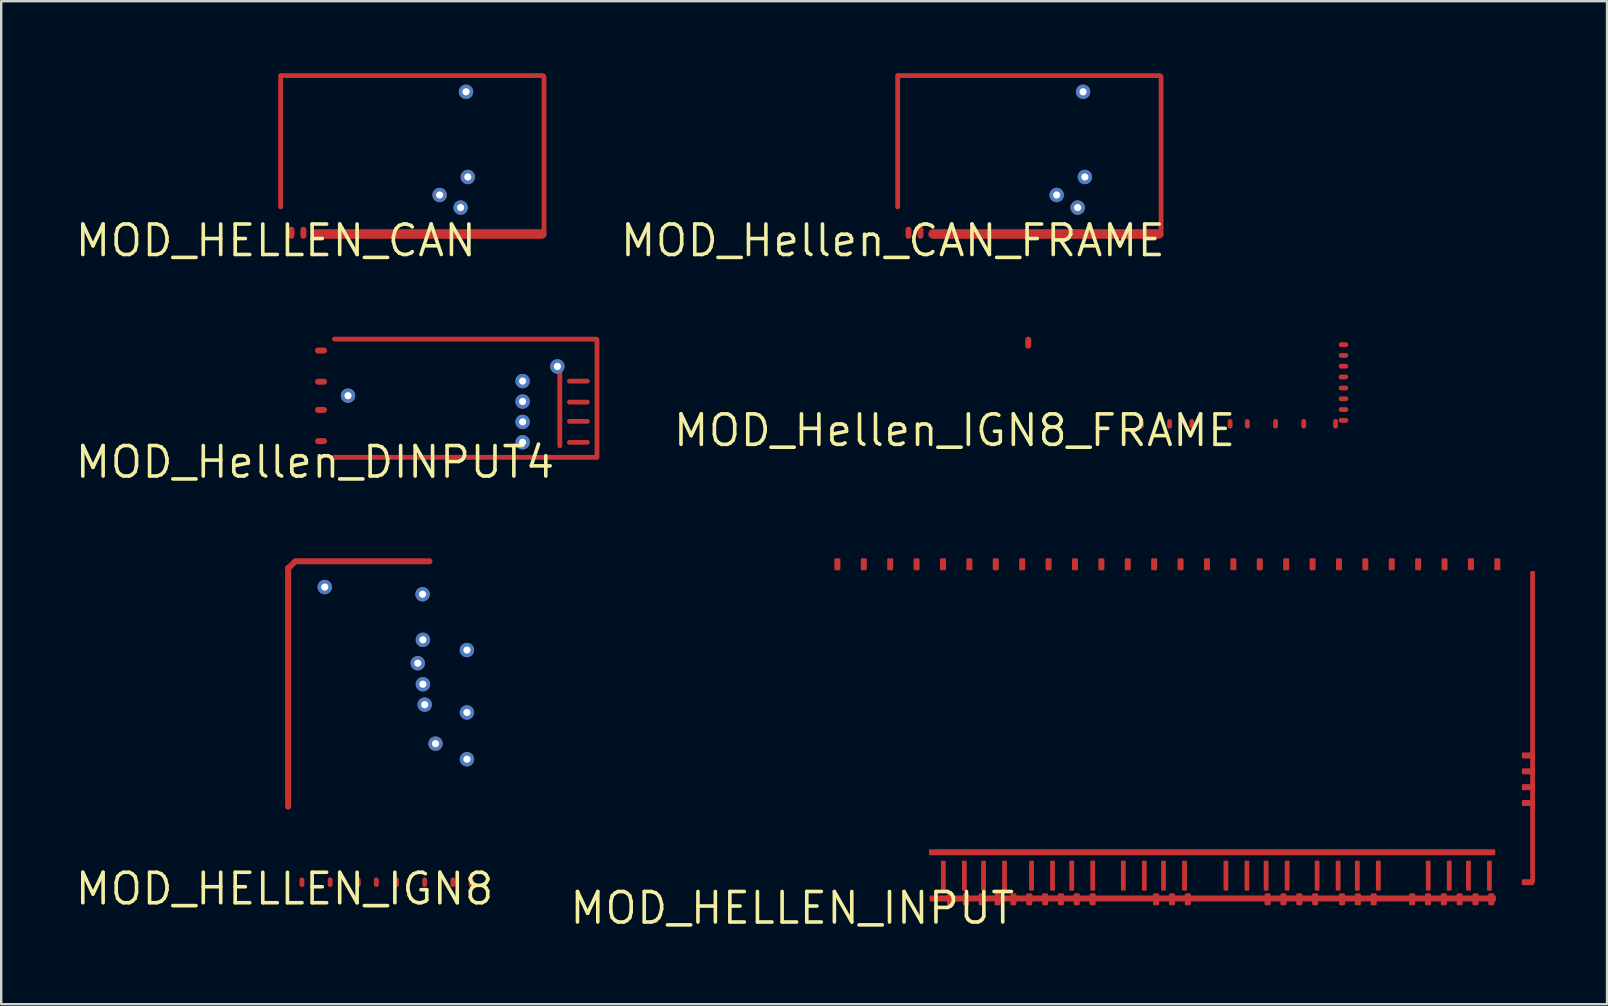
<source format=kicad_pcb>
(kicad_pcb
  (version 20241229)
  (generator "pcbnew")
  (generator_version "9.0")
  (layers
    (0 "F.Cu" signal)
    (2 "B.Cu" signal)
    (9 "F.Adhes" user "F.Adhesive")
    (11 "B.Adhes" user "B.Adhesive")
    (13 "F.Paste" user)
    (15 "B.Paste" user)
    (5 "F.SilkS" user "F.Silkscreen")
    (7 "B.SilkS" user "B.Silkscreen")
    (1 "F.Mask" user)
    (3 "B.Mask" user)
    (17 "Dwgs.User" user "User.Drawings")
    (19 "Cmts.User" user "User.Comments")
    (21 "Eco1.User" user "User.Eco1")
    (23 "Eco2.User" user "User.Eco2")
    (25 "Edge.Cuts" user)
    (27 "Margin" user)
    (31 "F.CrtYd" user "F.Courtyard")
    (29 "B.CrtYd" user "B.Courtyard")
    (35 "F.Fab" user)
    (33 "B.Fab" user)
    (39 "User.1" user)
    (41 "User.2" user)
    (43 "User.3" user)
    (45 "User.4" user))
  (footprint "MOD_HELLEN_CAN"
    (layer "F.Cu")
    (at 8.444 6.975)
    (property "Reference" "MOD_HELLEN_CAN" (at 0 0 0) (layer "F.SilkS") (effects (font (size 1.27 1.27) (thickness 0.15))))
    (attr through_hole)
    (pad "1" smd oval (at 0.2 -4.138 180) (size 0.2 5.67) (layers "F.Cu" "F.Mask"))
    (pad "2" smd oval (at 6.375 -0.275 270) (size 0.4 9.8) (layers "F.Cu" "F.Mask"))
    (pad "3" smd oval (at 11.175 -3.538 180) (size 0.2 6.8) (layers "F.Cu" "F.Mask"))
    (pad "4" smd oval (at 5.675 -6.875 90) (size 0.2 11.1) (layers "F.Cu" "F.Mask"))
    (pad "5" smd oval (at 11 -0.275 180) (size 0.5 0.25) (layers "F.Cu" "F.Mask"))
    (pad "6" smd oval (at 0.65 -0.325) (size 0.25 0.5) (layers "F.Cu" "F.Mask"))
    (pad "7" smd oval (at 1.15 -0.325) (size 0.25 0.5) (layers "F.Cu" "F.Mask"))
    (pad "8" thru_hole oval (at 7.7 -1.375 180) (size 0.6 0.6) (drill 0.3) (layers "F.Cu" "F.Mask"))
    (pad "9" thru_hole oval (at 6.825 -1.9 180) (size 0.6 0.6) (drill 0.3) (layers "F.Cu" "F.Mask"))
    (pad "10" thru_hole oval (at 8 -2.65 270) (size 0.6 0.6) (drill 0.3) (layers "F.Cu" "F.Mask"))
    (pad "11" thru_hole oval (at 7.925 -6.2 270) (size 0.6 0.6) (drill 0.3) (layers "F.Cu" "F.Mask")))
  (footprint "MOD_HELLEN_IGN8"
    (layer "F.Cu")
    (at 8.807 33.987)
    (property "Reference" "MOD_HELLEN_IGN8" (at 0 0 0) (layer "F.SilkS") (effects (font (size 1.27 1.27) (thickness 0.15))))
    (attr through_hole)
    (pad "1" smd oval (at 0.3 -13.5 45) (size 0.65 0.25) (layers "F.Cu" "F.Mask"))
    (pad "2" smd oval (at 3.263 -13.65 90) (size 0.25 5.8) (layers "F.Cu" "F.Mask"))
    (pad "3" smd oval (at 0.15 -8.4 90) (size 10.2 0.25) (layers "F.Cu" "F.Mask"))
    (pad "4" smd oval (at 7.775 -0.275 90) (size 0.4 0.2) (layers "F.Cu" "F.Mask"))
    (pad "5" smd oval (at 7.015 -0.275 90) (size 0.4 0.2) (layers "F.Cu" "F.Mask"))
    (pad "6" smd oval (at 5.84 -0.275 90) (size 0.4 0.2) (layers "F.Cu" "F.Mask"))
    (pad "7" smd oval (at 4.665 -0.275 90) (size 0.4 0.2) (layers "F.Cu" "F.Mask"))
    (pad "8" smd oval (at 3.825 -0.275 90) (size 0.4 0.2) (layers "F.Cu" "F.Mask"))
    (pad "9" smd oval (at 3.075 -0.275 90) (size 0.4 0.2) (layers "F.Cu" "F.Mask"))
    (pad "10" smd oval (at 1.9 -0.275 90) (size 0.4 0.2) (layers "F.Cu" "F.Mask"))
    (pad "11" smd oval (at 0.725 -0.275 90) (size 0.4 0.2) (layers "F.Cu" "F.Mask"))
    (pad "12" thru_hole oval (at 5.765 -10.375 180) (size 0.6 0.6) (drill 0.3) (layers "F.Cu" "F.Mask"))
    (pad "13" thru_hole oval (at 7.6 -9.95 180) (size 0.6 0.6) (drill 0.3) (layers "F.Cu" "F.Mask"))
    (pad "14" thru_hole oval (at 5.55 -9.4 180) (size 0.6 0.6) (drill 0.3) (layers "F.Cu" "F.Mask"))
    (pad "15" thru_hole oval (at 5.765 -8.525) (size 0.6 0.6) (drill 0.3) (layers "F.Cu" "F.Mask"))
    (pad "16" thru_hole oval (at 5.84 -7.675 180) (size 0.6 0.6) (drill 0.3) (layers "F.Cu" "F.Mask"))
    (pad "17" thru_hole oval (at 7.6 -7.35 180) (size 0.6 0.6) (drill 0.3) (layers "F.Cu" "F.Mask"))
    (pad "18" thru_hole oval (at 6.29 -6.05) (size 0.6 0.6) (drill 0.3) (layers "F.Cu" "F.Mask"))
    (pad "19" thru_hole oval (at 7.6 -5.4 180) (size 0.6 0.6) (drill 0.3) (layers "F.Cu" "F.Mask"))
    (pad "20" thru_hole oval (at 1.675 -12.575 180) (size 0.6 0.6) (drill 0.3) (layers "F.Cu" "F.Mask"))
    (pad "21" thru_hole oval (at 5.75 -12.275 180) (size 0.6 0.6) (drill 0.3) (layers "F.Cu" "F.Mask")))
  (footprint "MOD_Hellen_DINPUT4"
    (layer "F.Cu")
    (at 10.077 16.206)
    (property "Reference" "MOD_Hellen_DINPUT4" (at 0 0 0) (layer "F.SilkS") (effects (font (size 1.27 1.27) (thickness 0.15))))
    (attr through_hole)
    (pad "1" smd oval (at 11.75 -2.65 180) (size 0.2 5.1) (layers "F.Cu" "F.Mask"))
    (pad "2" smd oval (at 6.26 -5.125 90) (size 0.2 11.1) (layers "F.Cu" "F.Mask"))
    (pad "3" smd oval (at 6.25 -0.2 90) (size 0.2 11.1) (layers "F.Cu" "F.Mask"))
    (pad "4" smd oval (at 10.975 -3.375 270) (size 0.2 0.95) (layers "F.Cu" "F.Mask"))
    (pad "5" smd oval (at 10.975 -2.5 270) (size 0.2 0.95) (layers "F.Cu" "F.Mask"))
    (pad "6" smd oval (at 10.975 -1.7 270) (size 0.2 0.95) (layers "F.Cu" "F.Mask"))
    (pad "7" smd oval (at 10.975 -0.825 270) (size 0.2 0.95) (layers "F.Cu" "F.Mask"))
    (pad "8" thru_hole oval (at 1.375 -2.768 180) (size 0.6 0.6) (drill 0.3) (layers "F.Cu" "F.Mask"))
    (pad "9" thru_hole oval (at 8.65 -3.375 180) (size 0.6 0.6) (drill 0.3) (layers "F.Cu" "F.Mask"))
    (pad "10" thru_hole oval (at 8.65 -2.525 180) (size 0.6 0.6) (drill 0.3) (layers "F.Cu" "F.Mask"))
    (pad "11" thru_hole oval (at 8.65 -1.675 180) (size 0.6 0.6) (drill 0.3) (layers "F.Cu" "F.Mask"))
    (pad "12" thru_hole oval (at 8.65 -0.825 180) (size 0.6 0.6) (drill 0.3) (layers "F.Cu" "F.Mask"))
    (pad "13" thru_hole oval (at 10.099 -3.986 180) (size 0.6 0.6) (drill 0.3) (layers "F.Cu" "F.Mask"))
    (pad "14" smd oval (at 10.2 -2.325 180) (size 0.2 3.5) (layers "F.Cu" "F.Mask"))
    (pad "15" smd oval (at 0.25 -0.875 270) (size 0.25 0.5) (layers "F.Cu" "F.Mask"))
    (pad "16" smd oval (at 0.25 -2.175 270) (size 0.25 0.5) (layers "F.Cu" "F.Mask"))
    (pad "17" smd oval (at 0.25 -3.35 270) (size 0.25 0.5) (layers "F.Cu" "F.Mask"))
    (pad "18" smd oval (at 0.25 -4.65 270) (size 0.25 0.5) (layers "F.Cu" "F.Mask")))
  (footprint "MOD_Hellen_IGN8_FRAME"
    (layer "F.Cu")
    (at 36.727 14.885)
    (property "Reference" "MOD_Hellen_IGN8_FRAME" (at 0 0 0) (layer "F.SilkS") (effects (font (size 1.27 1.27) (thickness 0.15))))
    (attr through_hole)
    (pad "1" smd oval (at 16.205 -3.575) (size 0.4 0.2) (layers "F.Cu" "F.Mask"))
    (pad "2" smd oval (at 16.205 -3.125) (size 0.4 0.2) (layers "F.Cu" "F.Mask"))
    (pad "3" smd oval (at 16.205 -2.675) (size 0.4 0.2) (layers "F.Cu" "F.Mask"))
    (pad "4" smd oval (at 16.205 -2.225) (size 0.4 0.2) (layers "F.Cu" "F.Mask"))
    (pad "5" smd oval (at 16.205 -1.768) (size 0.4 0.2) (layers "F.Cu" "F.Mask"))
    (pad "6" smd oval (at 16.205 -1.318) (size 0.4 0.2) (layers "F.Cu" "F.Mask"))
    (pad "7" smd oval (at 16.205 -0.868) (size 0.4 0.2) (layers "F.Cu" "F.Mask"))
    (pad "8" smd oval (at 16.205 -0.418) (size 0.4 0.2) (layers "F.Cu" "F.Mask"))
    (pad "9" smd oval (at 3.07 -3.654 90) (size 0.5 0.25) (layers "F.Cu" "F.Mask"))
    (pad "10" smd oval (at 15.875 -0.275 90) (size 0.4 0.2) (layers "F.Cu" "F.Mask"))
    (pad "11" smd oval (at 14.55 -0.275 90) (size 0.4 0.2) (layers "F.Cu" "F.Mask"))
    (pad "12" smd oval (at 13.375 -0.275 90) (size 0.4 0.2) (layers "F.Cu" "F.Mask"))
    (pad "13" smd oval (at 12.2 -0.275 90) (size 0.4 0.2) (layers "F.Cu" "F.Mask"))
    (pad "14" smd oval (at 11.482 -0.275 90) (size 0.4 0.2) (layers "F.Cu" "F.Mask"))
    (pad "15" smd oval (at 9.885 -0.275 90) (size 0.4 0.2) (layers "F.Cu" "F.Mask"))
    (pad "16" smd oval (at 8.96 -0.275 90) (size 0.4 0.2) (layers "F.Cu" "F.Mask"))
    (pad "17" smd oval (at 7.785 -0.275 90) (size 0.4 0.2) (layers "F.Cu" "F.Mask")))
  (footprint "MOD_HELLEN_INPUT"
    (layer "F.Cu")
    (at 29.964 34.789)
    (property "Reference" "MOD_HELLEN_INPUT" (at 0 0 0) (layer "F.SilkS") (effects (font (size 1.27 1.27) (thickness 0.15))))
    (attr through_hole)
    (pad "1" smd roundrect (at 30.65 -6.358 90) (size 0.25 0.5) (layers "F.Cu" "F.Mask") (roundrect_rratio 0.2))
    (pad "2" smd roundrect (at 30.65 -5.698 90) (size 0.25 0.5) (layers "F.Cu" "F.Mask") (roundrect_rratio 0.2))
    (pad "3" smd roundrect (at 30.65 -5.038 90) (size 0.25 0.5) (layers "F.Cu" "F.Mask") (roundrect_rratio 0.2))
    (pad "4" smd roundrect (at 30.65 -4.378 90) (size 0.25 0.5) (layers "F.Cu" "F.Mask") (roundrect_rratio 0.2))
    (pad "5" smd roundrect (at 30.85 -7.545 180) (size 0.2 13) (layers "F.Cu" "F.Mask") (roundrect_rratio 0.2))
    (pad "6" smd roundrect (at 30.65 -1.078 90) (size 0.25 0.5) (layers "F.Cu" "F.Mask") (roundrect_rratio 0.2))
    (pad "7" smd roundrect (at 17.495 -2.325 90) (size 0.25 23.6) (layers "F.Cu" "F.Mask") (roundrect_rratio 0.2))
    (pad "8" smd roundrect (at 17.52 -0.4 270) (size 0.25 23.6) (layers "F.Cu" "F.Mask") (roundrect_rratio 0.2))
    (pad "9" smd roundrect (at 6.295 -1.35) (size 0.2 1.25) (layers "F.Cu" "F.Mask") (roundrect_rratio 0.2))
    (pad "10" smd roundrect (at 7.17 -1.35) (size 0.2 1.25) (layers "F.Cu" "F.Mask") (roundrect_rratio 0.2))
    (pad "11" smd roundrect (at 7.97 -1.35) (size 0.2 1.25) (layers "F.Cu" "F.Mask") (roundrect_rratio 0.2))
    (pad "12" smd roundrect (at 8.845 -1.35) (size 0.2 1.25) (layers "F.Cu" "F.Mask") (roundrect_rratio 0.2))
    (pad "13" smd roundrect (at 9.97 -1.35) (size 0.2 1.25) (layers "F.Cu" "F.Mask") (roundrect_rratio 0.2))
    (pad "14" smd roundrect (at 10.845 -1.35) (size 0.2 1.25) (layers "F.Cu" "F.Mask") (roundrect_rratio 0.2))
    (pad "15" smd roundrect (at 11.645 -1.35) (size 0.2 1.25) (layers "F.Cu" "F.Mask") (roundrect_rratio 0.2))
    (pad "16" smd roundrect (at 12.52 -1.35) (size 0.2 1.25) (layers "F.Cu" "F.Mask") (roundrect_rratio 0.2))
    (pad "17" smd roundrect (at 13.795 -1.35) (size 0.2 1.25) (layers "F.Cu" "F.Mask") (roundrect_rratio 0.2))
    (pad "18" smd roundrect (at 14.67 -1.35) (size 0.2 1.25) (layers "F.Cu" "F.Mask") (roundrect_rratio 0.2))
    (pad "19" smd roundrect (at 15.47 -1.35) (size 0.2 1.25) (layers "F.Cu" "F.Mask") (roundrect_rratio 0.2))
    (pad "20" smd roundrect (at 16.345 -1.35) (size 0.2 1.25) (layers "F.Cu" "F.Mask") (roundrect_rratio 0.2))
    (pad "21" smd roundrect (at 18.07 -1.35) (size 0.2 1.25) (layers "F.Cu" "F.Mask") (roundrect_rratio 0.2))
    (pad "22" smd roundrect (at 18.945 -1.35) (size 0.2 1.25) (layers "F.Cu" "F.Mask") (roundrect_rratio 0.2))
    (pad "23" smd roundrect (at 19.745 -1.35) (size 0.2 1.25) (layers "F.Cu" "F.Mask") (roundrect_rratio 0.2))
    (pad "24" smd roundrect (at 20.62 -1.35) (size 0.2 1.25) (layers "F.Cu" "F.Mask") (roundrect_rratio 0.2))
    (pad "25" smd roundrect (at 21.87 -1.35) (size 0.2 1.25) (layers "F.Cu" "F.Mask") (roundrect_rratio 0.2))
    (pad "26" smd roundrect (at 22.745 -1.35) (size 0.2 1.25) (layers "F.Cu" "F.Mask") (roundrect_rratio 0.2))
    (pad "27" smd roundrect (at 23.545 -1.35) (size 0.2 1.25) (layers "F.Cu" "F.Mask") (roundrect_rratio 0.2))
    (pad "28" smd roundrect (at 24.42 -1.35) (size 0.2 1.25) (layers "F.Cu" "F.Mask") (roundrect_rratio 0.2))
    (pad "29" smd roundrect (at 26.5 -1.35) (size 0.2 1.25) (layers "F.Cu" "F.Mask") (roundrect_rratio 0.2))
    (pad "30" smd roundrect (at 27.375 -1.35) (size 0.2 1.25) (layers "F.Cu" "F.Mask") (roundrect_rratio 0.2))
    (pad "31" smd roundrect (at 28.175 -1.35) (size 0.2 1.25) (layers "F.Cu" "F.Mask") (roundrect_rratio 0.2))
    (pad "32" smd roundrect (at 29.05 -1.35) (size 0.2 1.25) (layers "F.Cu" "F.Mask") (roundrect_rratio 0.2))
    (pad "33" smd roundrect (at 1.88 -14.327 180) (size 0.25 0.5) (layers "F.Cu" "F.Mask") (roundrect_rratio 0.2))
    (pad "34" smd roundrect (at 2.98 -14.327) (size 0.25 0.5) (layers "F.Cu" "F.Mask") (roundrect_rratio 0.2))
    (pad "35" smd roundrect (at 4.08 -14.327) (size 0.25 0.5) (layers "F.Cu" "F.Mask") (roundrect_rratio 0.2))
    (pad "36" smd roundrect (at 5.18 -14.327) (size 0.25 0.5) (layers "F.Cu" "F.Mask") (roundrect_rratio 0.2))
    (pad "37" smd roundrect (at 6.28 -14.327) (size 0.25 0.5) (layers "F.Cu" "F.Mask") (roundrect_rratio 0.2))
    (pad "38" smd roundrect (at 7.38 -14.327) (size 0.25 0.5) (layers "F.Cu" "F.Mask") (roundrect_rratio 0.2))
    (pad "39" smd roundrect (at 8.48 -14.327) (size 0.25 0.5) (layers "F.Cu" "F.Mask") (roundrect_rratio 0.2))
    (pad "40" smd roundrect (at 9.58 -14.327) (size 0.25 0.5) (layers "F.Cu" "F.Mask") (roundrect_rratio 0.2))
    (pad "41" smd roundrect (at 10.68 -14.327) (size 0.25 0.5) (layers "F.Cu" "F.Mask") (roundrect_rratio 0.2))
    (pad "42" smd roundrect (at 11.78 -14.327) (size 0.25 0.5) (layers "F.Cu" "F.Mask") (roundrect_rratio 0.2))
    (pad "43" smd roundrect (at 12.88 -14.327) (size 0.25 0.5) (layers "F.Cu" "F.Mask") (roundrect_rratio 0.2))
    (pad "44" smd roundrect (at 13.98 -14.327) (size 0.25 0.5) (layers "F.Cu" "F.Mask") (roundrect_rratio 0.2))
    (pad "45" smd roundrect (at 15.08 -14.327) (size 0.25 0.5) (layers "F.Cu" "F.Mask") (roundrect_rratio 0.2))
    (pad "46" smd roundrect (at 16.18 -14.327) (size 0.25 0.5) (layers "F.Cu" "F.Mask") (roundrect_rratio 0.2))
    (pad "47" smd roundrect (at 17.28 -14.327) (size 0.25 0.5) (layers "F.Cu" "F.Mask") (roundrect_rratio 0.2))
    (pad "48" smd roundrect (at 18.38 -14.327) (size 0.25 0.5) (layers "F.Cu" "F.Mask") (roundrect_rratio 0.2))
    (pad "49" smd roundrect (at 19.48 -14.327) (size 0.25 0.5) (layers "F.Cu" "F.Mask") (roundrect_rratio 0.2))
    (pad "50" smd roundrect (at 20.58 -14.327) (size 0.25 0.5) (layers "F.Cu" "F.Mask") (roundrect_rratio 0.2))
    (pad "51" smd roundrect (at 21.68 -14.327) (size 0.25 0.5) (layers "F.Cu" "F.Mask") (roundrect_rratio 0.2))
    (pad "52" smd roundrect (at 22.78 -14.327) (size 0.25 0.5) (layers "F.Cu" "F.Mask") (roundrect_rratio 0.2))
    (pad "53" smd roundrect (at 23.88 -14.327) (size 0.25 0.5) (layers "F.Cu" "F.Mask") (roundrect_rratio 0.2))
    (pad "54" smd roundrect (at 24.98 -14.327) (size 0.25 0.5) (layers "F.Cu" "F.Mask") (roundrect_rratio 0.2))
    (pad "55" smd roundrect (at 26.08 -14.327) (size 0.25 0.5) (layers "F.Cu" "F.Mask") (roundrect_rratio 0.2))
    (pad "56" smd roundrect (at 27.18 -14.327) (size 0.25 0.5) (layers "F.Cu" "F.Mask") (roundrect_rratio 0.2))
    (pad "57" smd roundrect (at 28.28 -14.327) (size 0.25 0.5) (layers "F.Cu" "F.Mask") (roundrect_rratio 0.2))
    (pad "58" smd roundrect (at 29.38 -14.327) (size 0.25 0.5) (layers "F.Cu" "F.Mask") (roundrect_rratio 0.2))
    (pad "59" smd roundrect (at 29.129 -0.365) (size 0.25 0.5) (layers "F.Cu" "F.Mask") (roundrect_rratio 0.2))
    (pad "60" smd roundrect (at 28.469 -0.365) (size 0.25 0.5) (layers "F.Cu" "F.Mask") (roundrect_rratio 0.2))
    (pad "61" smd roundrect (at 27.809 -0.365) (size 0.25 0.5) (layers "F.Cu" "F.Mask") (roundrect_rratio 0.2))
    (pad "62" smd roundrect (at 27.149 -0.365) (size 0.25 0.5) (layers "F.Cu" "F.Mask") (roundrect_rratio 0.2))
    (pad "63" smd roundrect (at 26.489 -0.365) (size 0.25 0.5) (layers "F.Cu" "F.Mask") (roundrect_rratio 0.2))
    (pad "64" smd roundrect (at 25.829 -0.365) (size 0.25 0.5) (layers "F.Cu" "F.Mask") (roundrect_rratio 0.2))
    (pad "65" smd roundrect (at 24.228 -0.365) (size 0.25 0.5) (layers "F.Cu" "F.Mask") (roundrect_rratio 0.2))
    (pad "66" smd roundrect (at 23.568 -0.365) (size 0.25 0.5) (layers "F.Cu" "F.Mask") (roundrect_rratio 0.2))
    (pad "67" smd roundrect (at 22.908 -0.365) (size 0.25 0.5) (layers "F.Cu" "F.Mask") (roundrect_rratio 0.2))
    (pad "68" smd roundrect (at 21.787 -0.365) (size 0.25 0.5) (layers "F.Cu" "F.Mask") (roundrect_rratio 0.2))
    (pad "69" smd roundrect (at 21.127 -0.365) (size 0.25 0.5) (layers "F.Cu" "F.Mask") (roundrect_rratio 0.2))
    (pad "70" smd roundrect (at 20.467 -0.365) (size 0.25 0.5) (layers "F.Cu" "F.Mask") (roundrect_rratio 0.2))
    (pad "71" smd roundrect (at 19.807 -0.365) (size 0.25 0.5) (layers "F.Cu" "F.Mask") (roundrect_rratio 0.2))
    (pad "72" smd roundrect (at 16.481 -0.365) (size 0.25 0.5) (layers "F.Cu" "F.Mask") (roundrect_rratio 0.2))
    (pad "73" smd roundrect (at 15.821 -0.365) (size 0.25 0.5) (layers "F.Cu" "F.Mask") (roundrect_rratio 0.2))
    (pad "74" smd roundrect (at 15.161 -0.365) (size 0.25 0.5) (layers "F.Cu" "F.Mask") (roundrect_rratio 0.2))
    (pad "75" smd roundrect (at 12.515 -0.365) (size 0.25 0.5) (layers "F.Cu" "F.Mask") (roundrect_rratio 0.2))
    (pad "76" smd roundrect (at 11.855 -0.365) (size 0.25 0.5) (layers "F.Cu" "F.Mask") (roundrect_rratio 0.2))
    (pad "77" smd roundrect (at 11.195 -0.365) (size 0.25 0.5) (layers "F.Cu" "F.Mask") (roundrect_rratio 0.2))
    (pad "78" smd roundrect (at 10.535 -0.365) (size 0.25 0.5) (layers "F.Cu" "F.Mask") (roundrect_rratio 0.2))
    (pad "79" smd roundrect (at 9.875 -0.365) (size 0.25 0.5) (layers "F.Cu" "F.Mask") (roundrect_rratio 0.2))
    (pad "80" smd roundrect (at 9.215 -0.365) (size 0.25 0.5) (layers "F.Cu" "F.Mask") (roundrect_rratio 0.2))
    (pad "81" smd roundrect (at 8.555 -0.365) (size 0.25 0.5) (layers "F.Cu" "F.Mask") (roundrect_rratio 0.2))
    (pad "82" smd roundrect (at 7.895 -0.365) (size 0.25 0.5) (layers "F.Cu" "F.Mask") (roundrect_rratio 0.2))
    (pad "83" smd roundrect (at 7.235 -0.365) (size 0.25 0.5) (layers "F.Cu" "F.Mask") (roundrect_rratio 0.2))
    (pad "84" smd roundrect (at 6.575 -0.365) (size 0.25 0.5) (layers "F.Cu" "F.Mask") (roundrect_rratio 0.2)))
  (footprint "MOD_Hellen_CAN_FRAME"
    (layer "F.Cu")
    (at 34.156 6.975)
    (property "Reference" "MOD_Hellen_CAN_FRAME" (at 0 0 0) (layer "F.SilkS") (effects (font (size 1.27 1.27) (thickness 0.15))))
    (attr through_hole)
    (pad "1" smd oval (at 0.2 -4.138 180) (size 0.2 5.67) (layers "F.Cu" "F.Mask"))
    (pad "2" smd oval (at 6.375 -0.275 270) (size 0.4 9.8) (layers "F.Cu" "F.Mask"))
    (pad "3" smd oval (at 11.175 -3.538 180) (size 0.2 6.8) (layers "F.Cu" "F.Mask"))
    (pad "4" smd oval (at 5.675 -6.875 90) (size 0.2 11.1) (layers "F.Cu" "F.Mask"))
    (pad "5" smd oval (at 11 -0.275 180) (size 0.5 0.25) (layers "F.Cu" "F.Mask"))
    (pad "6" smd oval (at 0.65 -0.325) (size 0.25 0.5) (layers "F.Cu" "F.Mask"))
    (pad "7" smd oval (at 1.15 -0.325) (size 0.25 0.5) (layers "F.Cu" "F.Mask"))
    (pad "8" thru_hole oval (at 7.7 -1.375 180) (size 0.6 0.6) (drill 0.3) (layers "F.Cu" "F.Mask"))
    (pad "9" thru_hole oval (at 6.825 -1.9 180) (size 0.6 0.6) (drill 0.3) (layers "F.Cu" "F.Mask"))
    (pad "10" thru_hole oval (at 8 -2.65 270) (size 0.6 0.6) (drill 0.3) (layers "F.Cu" "F.Mask"))
    (pad "11" thru_hole oval (at 7.925 -6.2 270) (size 0.6 0.6) (drill 0.3) (layers "F.Cu" "F.Mask")))
  (gr_rect
    (start -3 -3)
    (end 63.914 38.796)
    (stroke (width 0.1) (type default))
    (fill no)
    (layer "Edge.Cuts")))
</source>
